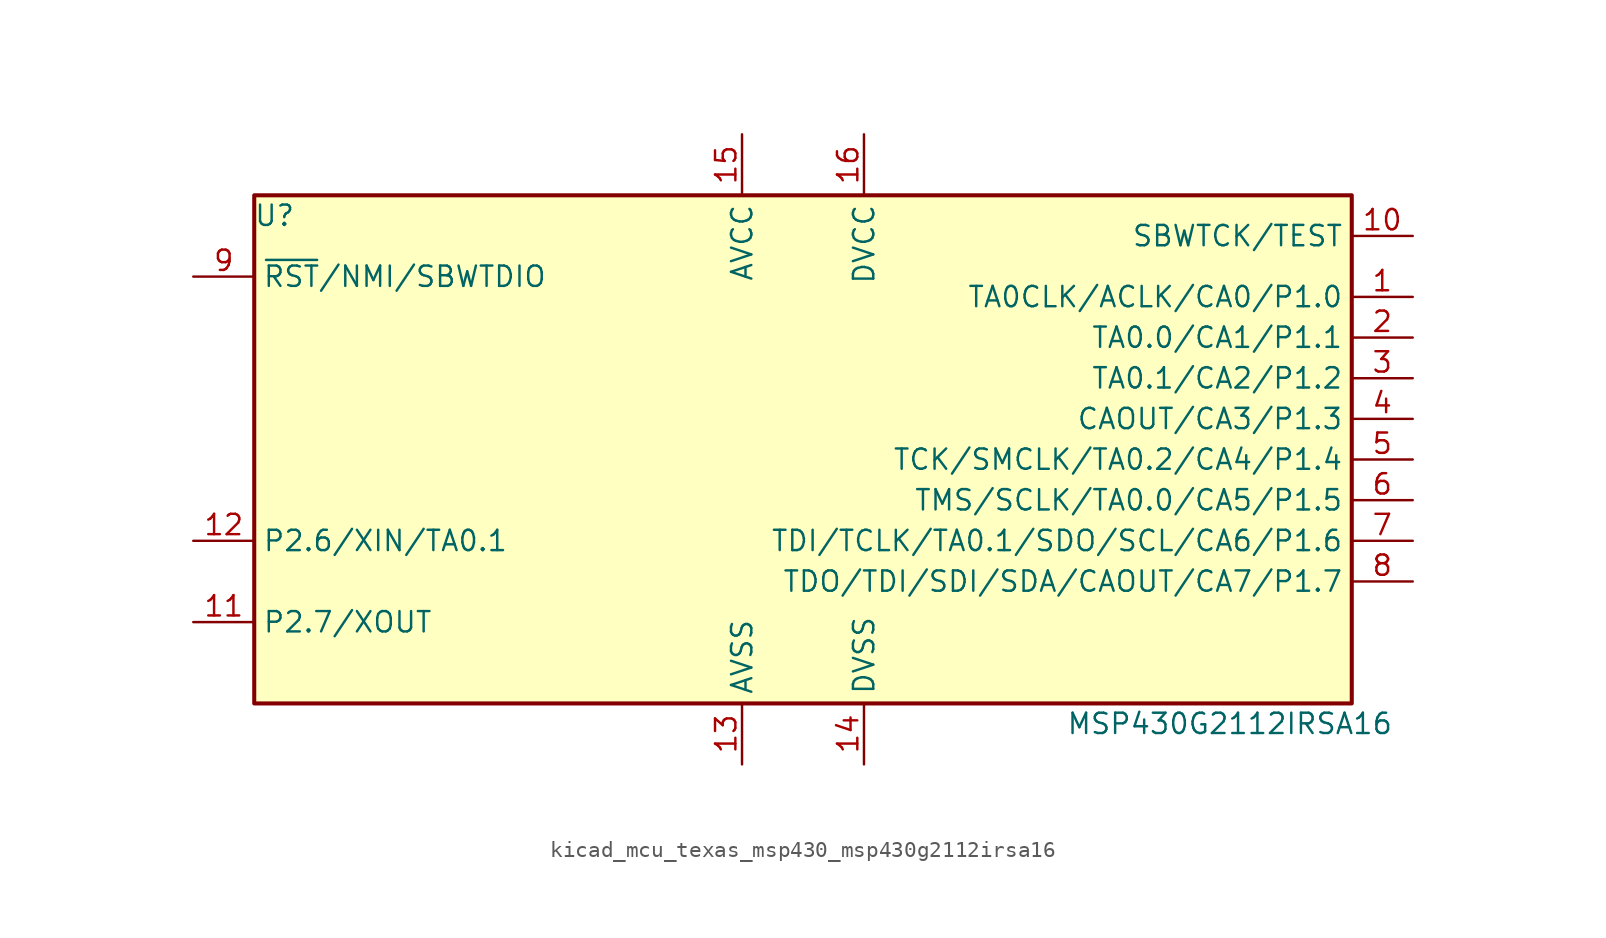
<source format=kicad_sym>
(kicad_symbol_lib
  (version 20220914)
  (generator kicad_symbol_editor)
  (symbol "kicad_mcu_texas_msp430_msp430g2112irsa16"
    (property "Reference" "U"
      (at -33.02 15.24 0)
      (effects (font (size 1.27 1.27))))
    (property "Value" "MSP430G2112IRSA16"
      (at 26.67 -16.51 0)
      (effects (font (size 1.27 1.27))))
    (symbol "kicad_mcu_texas_msp430_msp430g2112irsa16_0_1"
      (rectangle (start -34.29 16.51) (end 34.29 -15.24) (stroke (width 0.254) (type default)) (fill (type background))))
    (symbol "kicad_mcu_texas_msp430_msp430g2112irsa16_1_1"
      (pin bidirectional line (at 38.1 10.16 180) (length 3.81) (name "TA0CLK/ACLK/CA0/P1.0" (effects (font (size 1.27 1.27)))) (number "1" (effects (font (size 1.27 1.27)))))
      (pin input line (at 38.1 13.97 180) (length 3.81) (name "SBWTCK/TEST" (effects (font (size 1.27 1.27)))) (number "10" (effects (font (size 1.27 1.27)))))
      (pin bidirectional line (at -38.1 -10.16 0) (length 3.81) (name "P2.7/XOUT" (effects (font (size 1.27 1.27)))) (number "11" (effects (font (size 1.27 1.27)))))
      (pin bidirectional line (at -38.1 -5.08 0) (length 3.81) (name "P2.6/XIN/TA0.1" (effects (font (size 1.27 1.27)))) (number "12" (effects (font (size 1.27 1.27)))))
      (pin power_in line (at -3.81 -19.05 90) (length 3.81) (name "AVSS" (effects (font (size 1.27 1.27)))) (number "13" (effects (font (size 1.27 1.27)))))
      (pin power_in line (at 3.81 -19.05 90) (length 3.81) (name "DVSS" (effects (font (size 1.27 1.27)))) (number "14" (effects (font (size 1.27 1.27)))))
      (pin power_in line (at -3.81 20.32 270) (length 3.81) (name "AVCC" (effects (font (size 1.27 1.27)))) (number "15" (effects (font (size 1.27 1.27)))))
      (pin power_in line (at 3.81 20.32 270) (length 3.81) (name "DVCC" (effects (font (size 1.27 1.27)))) (number "16" (effects (font (size 1.27 1.27)))))
      (pin bidirectional line (at 38.1 7.62 180) (length 3.81) (name "TA0.0/CA1/P1.1" (effects (font (size 1.27 1.27)))) (number "2" (effects (font (size 1.27 1.27)))))
      (pin bidirectional line (at 38.1 5.08 180) (length 3.81) (name "TA0.1/CA2/P1.2" (effects (font (size 1.27 1.27)))) (number "3" (effects (font (size 1.27 1.27)))))
      (pin bidirectional line (at 38.1 2.54 180) (length 3.81) (name "CAOUT/CA3/P1.3" (effects (font (size 1.27 1.27)))) (number "4" (effects (font (size 1.27 1.27)))))
      (pin bidirectional line (at 38.1 0 180) (length 3.81) (name "TCK/SMCLK/TA0.2/CA4/P1.4" (effects (font (size 1.27 1.27)))) (number "5" (effects (font (size 1.27 1.27)))))
      (pin bidirectional line (at 38.1 -2.54 180) (length 3.81) (name "TMS/SCLK/TA0.0/CA5/P1.5" (effects (font (size 1.27 1.27)))) (number "6" (effects (font (size 1.27 1.27)))))
      (pin bidirectional line (at 38.1 -5.08 180) (length 3.81) (name "TDI/TCLK/TA0.1/SDO/SCL/CA6/P1.6" (effects (font (size 1.27 1.27)))) (number "7" (effects (font (size 1.27 1.27)))))
      (pin bidirectional line (at 38.1 -7.62 180) (length 3.81) (name "TDO/TDI/SDI/SDA/CAOUT/CA7/P1.7" (effects (font (size 1.27 1.27)))) (number "8" (effects (font (size 1.27 1.27)))))
      (pin input line (at -38.1 11.43 0) (length 3.81) (name "~{RST}/NMI/SBWTDIO" (effects (font (size 1.27 1.27)))) (number "9" (effects (font (size 1.27 1.27))))))))
</source>
